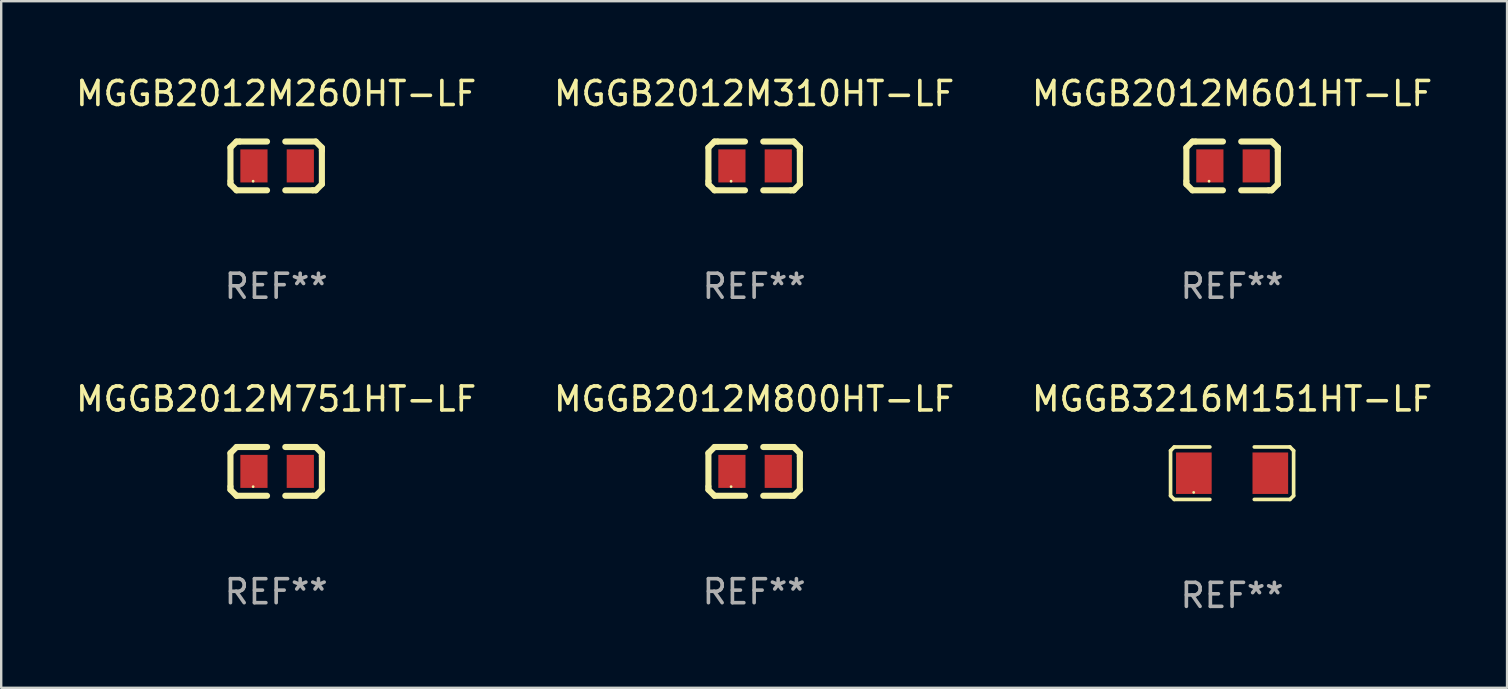
<source format=kicad_pcb>
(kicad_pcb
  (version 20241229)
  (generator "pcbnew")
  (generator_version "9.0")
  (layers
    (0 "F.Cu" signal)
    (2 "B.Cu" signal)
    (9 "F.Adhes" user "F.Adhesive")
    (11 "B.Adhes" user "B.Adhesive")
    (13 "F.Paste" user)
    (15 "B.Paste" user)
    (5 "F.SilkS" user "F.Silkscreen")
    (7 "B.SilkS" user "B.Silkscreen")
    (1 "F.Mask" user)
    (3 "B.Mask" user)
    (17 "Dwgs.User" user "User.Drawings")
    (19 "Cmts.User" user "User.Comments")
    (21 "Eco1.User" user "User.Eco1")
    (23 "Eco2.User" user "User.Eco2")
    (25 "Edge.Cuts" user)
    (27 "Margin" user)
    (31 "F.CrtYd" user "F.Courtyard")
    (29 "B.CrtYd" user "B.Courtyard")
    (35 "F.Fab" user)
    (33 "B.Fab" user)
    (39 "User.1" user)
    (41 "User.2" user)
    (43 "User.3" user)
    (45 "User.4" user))
  (footprint "MGGB2012M260HT-LF"
    (layer "F.Cu")
    (at 8.458 3.864)
    (property "Reference" "MGGB2012M260HT-LF" (at 0 -3.016 0) (layer "F.SilkS") (effects (font (size 1 1) (thickness 0.15))))
    (attr through_hole)
    (fp_line (start -1.905 -0.762) (end -1.905 0.635) (stroke (width 0.254) (type solid)) (layer "F.SilkS"))
    (fp_line (start -1.905 0.635) (end -1.905 0.762) (stroke (width 0.254) (type solid)) (layer "F.SilkS"))
    (fp_line (start -1.905 0.762) (end -1.651 1.016) (stroke (width 0.254) (type solid)) (layer "F.SilkS"))
    (fp_line (start -1.651 -1.016) (end -1.905 -0.762) (stroke (width 0.254) (type solid)) (layer "F.SilkS"))
    (fp_line (start -1.651 1.016) (end -0.381 1.016) (stroke (width 0.254) (type solid)) (layer "F.SilkS"))
    (fp_line (start -1.524 -1.016) (end -1.651 -1.016) (stroke (width 0.254) (type solid)) (layer "F.SilkS"))
    (fp_line (start -0.381 -1.016) (end -1.524 -1.016) (stroke (width 0.254) (type solid)) (layer "F.SilkS"))
    (fp_line (start 0.381 1.016) (end 1.524 1.016) (stroke (width 0.254) (type solid)) (layer "F.SilkS"))
    (fp_line (start 1.524 1.016) (end 1.651 1.016) (stroke (width 0.254) (type solid)) (layer "F.SilkS"))
    (fp_line (start 1.651 -1.016) (end 0.381 -1.016) (stroke (width 0.254) (type solid)) (layer "F.SilkS"))
    (fp_line (start 1.651 1.016) (end 1.905 0.762) (stroke (width 0.254) (type solid)) (layer "F.SilkS"))
    (fp_line (start 1.905 -0.762) (end 1.651 -1.016) (stroke (width 0.254) (type solid)) (layer "F.SilkS"))
    (fp_line (start 1.905 -0.635) (end 1.905 -0.762) (stroke (width 0.254) (type solid)) (layer "F.SilkS"))
    (fp_line (start 1.905 0.762) (end 1.905 -0.635) (stroke (width 0.254) (type solid)) (layer "F.SilkS"))
    (fp_circle (center -0.96 0.637) (end -0.93 0.637) (stroke (width 0.06) (type solid)) (fill no) (layer "F.SilkS"))
    (fp_text user "REF**" (at 0 5.016 0) (layer "F.Fab") (effects (font (size 1 1) (thickness 0.15))))
    (pad "1" smd rect (at -0.926 -0.000051) (size 1.133 1.377) (layers "F.Cu" "F.Mask" "F.Paste"))
    (pad "2" smd rect (at 1.006 -0.000051) (size 1.133 1.377) (layers "F.Cu" "F.Mask" "F.Paste")))
  (footprint "MGGB2012M601HT-LF"
    (layer "F.Cu")
    (at 48.292 3.864)
    (property "Reference" "MGGB2012M601HT-LF" (at 0 -3.016 0) (layer "F.SilkS") (effects (font (size 1 1) (thickness 0.15))))
    (attr through_hole)
    (fp_line (start -1.905 -0.762) (end -1.905 0.635) (stroke (width 0.254) (type solid)) (layer "F.SilkS"))
    (fp_line (start -1.905 0.635) (end -1.905 0.762) (stroke (width 0.254) (type solid)) (layer "F.SilkS"))
    (fp_line (start -1.905 0.762) (end -1.651 1.016) (stroke (width 0.254) (type solid)) (layer "F.SilkS"))
    (fp_line (start -1.651 -1.016) (end -1.905 -0.762) (stroke (width 0.254) (type solid)) (layer "F.SilkS"))
    (fp_line (start -1.651 1.016) (end -0.381 1.016) (stroke (width 0.254) (type solid)) (layer "F.SilkS"))
    (fp_line (start -1.524 -1.016) (end -1.651 -1.016) (stroke (width 0.254) (type solid)) (layer "F.SilkS"))
    (fp_line (start -0.381 -1.016) (end -1.524 -1.016) (stroke (width 0.254) (type solid)) (layer "F.SilkS"))
    (fp_line (start 0.381 1.016) (end 1.524 1.016) (stroke (width 0.254) (type solid)) (layer "F.SilkS"))
    (fp_line (start 1.524 1.016) (end 1.651 1.016) (stroke (width 0.254) (type solid)) (layer "F.SilkS"))
    (fp_line (start 1.651 -1.016) (end 0.381 -1.016) (stroke (width 0.254) (type solid)) (layer "F.SilkS"))
    (fp_line (start 1.651 1.016) (end 1.905 0.762) (stroke (width 0.254) (type solid)) (layer "F.SilkS"))
    (fp_line (start 1.905 -0.762) (end 1.651 -1.016) (stroke (width 0.254) (type solid)) (layer "F.SilkS"))
    (fp_line (start 1.905 -0.635) (end 1.905 -0.762) (stroke (width 0.254) (type solid)) (layer "F.SilkS"))
    (fp_line (start 1.905 0.762) (end 1.905 -0.635) (stroke (width 0.254) (type solid)) (layer "F.SilkS"))
    (fp_circle (center -0.96 0.637) (end -0.93 0.637) (stroke (width 0.06) (type solid)) (fill no) (layer "F.SilkS"))
    (fp_text user "REF**" (at 0 5.016 0) (layer "F.Fab") (effects (font (size 1 1) (thickness 0.15))))
    (pad "1" smd rect (at -0.926 -0.000051) (size 1.133 1.377) (layers "F.Cu" "F.Mask" "F.Paste"))
    (pad "2" smd rect (at 1.006 -0.000051) (size 1.133 1.377) (layers "F.Cu" "F.Mask" "F.Paste")))
  (footprint "MGGB2012M800HT-LF"
    (layer "F.Cu")
    (at 28.375 16.593)
    (property "Reference" "MGGB2012M800HT-LF" (at 0 -3.016 0) (layer "F.SilkS") (effects (font (size 1 1) (thickness 0.15))))
    (attr through_hole)
    (fp_line (start -1.905 -0.762) (end -1.905 0.635) (stroke (width 0.254) (type solid)) (layer "F.SilkS"))
    (fp_line (start -1.905 0.635) (end -1.905 0.762) (stroke (width 0.254) (type solid)) (layer "F.SilkS"))
    (fp_line (start -1.905 0.762) (end -1.651 1.016) (stroke (width 0.254) (type solid)) (layer "F.SilkS"))
    (fp_line (start -1.651 -1.016) (end -1.905 -0.762) (stroke (width 0.254) (type solid)) (layer "F.SilkS"))
    (fp_line (start -1.651 1.016) (end -0.381 1.016) (stroke (width 0.254) (type solid)) (layer "F.SilkS"))
    (fp_line (start -1.524 -1.016) (end -1.651 -1.016) (stroke (width 0.254) (type solid)) (layer "F.SilkS"))
    (fp_line (start -0.381 -1.016) (end -1.524 -1.016) (stroke (width 0.254) (type solid)) (layer "F.SilkS"))
    (fp_line (start 0.381 1.016) (end 1.524 1.016) (stroke (width 0.254) (type solid)) (layer "F.SilkS"))
    (fp_line (start 1.524 1.016) (end 1.651 1.016) (stroke (width 0.254) (type solid)) (layer "F.SilkS"))
    (fp_line (start 1.651 -1.016) (end 0.381 -1.016) (stroke (width 0.254) (type solid)) (layer "F.SilkS"))
    (fp_line (start 1.651 1.016) (end 1.905 0.762) (stroke (width 0.254) (type solid)) (layer "F.SilkS"))
    (fp_line (start 1.905 -0.762) (end 1.651 -1.016) (stroke (width 0.254) (type solid)) (layer "F.SilkS"))
    (fp_line (start 1.905 -0.635) (end 1.905 -0.762) (stroke (width 0.254) (type solid)) (layer "F.SilkS"))
    (fp_line (start 1.905 0.762) (end 1.905 -0.635) (stroke (width 0.254) (type solid)) (layer "F.SilkS"))
    (fp_circle (center -0.96 0.637) (end -0.93 0.637) (stroke (width 0.06) (type solid)) (fill no) (layer "F.SilkS"))
    (fp_text user "REF**" (at 0 5.016 0) (layer "F.Fab") (effects (font (size 1 1) (thickness 0.15))))
    (pad "1" smd rect (at -0.926 -0.000051) (size 1.133 1.377) (layers "F.Cu" "F.Mask" "F.Paste"))
    (pad "2" smd rect (at 1.006 -0.000051) (size 1.133 1.377) (layers "F.Cu" "F.Mask" "F.Paste")))
  (footprint "MGGB2012M310HT-LF"
    (layer "F.Cu")
    (at 28.375 3.864)
    (property "Reference" "MGGB2012M310HT-LF" (at 0 -3.016 0) (layer "F.SilkS") (effects (font (size 1 1) (thickness 0.15))))
    (attr through_hole)
    (fp_line (start -1.905 -0.762) (end -1.905 0.635) (stroke (width 0.254) (type solid)) (layer "F.SilkS"))
    (fp_line (start -1.905 0.635) (end -1.905 0.762) (stroke (width 0.254) (type solid)) (layer "F.SilkS"))
    (fp_line (start -1.905 0.762) (end -1.651 1.016) (stroke (width 0.254) (type solid)) (layer "F.SilkS"))
    (fp_line (start -1.651 -1.016) (end -1.905 -0.762) (stroke (width 0.254) (type solid)) (layer "F.SilkS"))
    (fp_line (start -1.651 1.016) (end -0.381 1.016) (stroke (width 0.254) (type solid)) (layer "F.SilkS"))
    (fp_line (start -1.524 -1.016) (end -1.651 -1.016) (stroke (width 0.254) (type solid)) (layer "F.SilkS"))
    (fp_line (start -0.381 -1.016) (end -1.524 -1.016) (stroke (width 0.254) (type solid)) (layer "F.SilkS"))
    (fp_line (start 0.381 1.016) (end 1.524 1.016) (stroke (width 0.254) (type solid)) (layer "F.SilkS"))
    (fp_line (start 1.524 1.016) (end 1.651 1.016) (stroke (width 0.254) (type solid)) (layer "F.SilkS"))
    (fp_line (start 1.651 -1.016) (end 0.381 -1.016) (stroke (width 0.254) (type solid)) (layer "F.SilkS"))
    (fp_line (start 1.651 1.016) (end 1.905 0.762) (stroke (width 0.254) (type solid)) (layer "F.SilkS"))
    (fp_line (start 1.905 -0.762) (end 1.651 -1.016) (stroke (width 0.254) (type solid)) (layer "F.SilkS"))
    (fp_line (start 1.905 -0.635) (end 1.905 -0.762) (stroke (width 0.254) (type solid)) (layer "F.SilkS"))
    (fp_line (start 1.905 0.762) (end 1.905 -0.635) (stroke (width 0.254) (type solid)) (layer "F.SilkS"))
    (fp_circle (center -0.96 0.637) (end -0.93 0.637) (stroke (width 0.06) (type solid)) (fill no) (layer "F.SilkS"))
    (fp_text user "REF**" (at 0 5.016 0) (layer "F.Fab") (effects (font (size 1 1) (thickness 0.15))))
    (pad "1" smd rect (at -0.926 -0.000051) (size 1.133 1.377) (layers "F.Cu" "F.Mask" "F.Paste"))
    (pad "2" smd rect (at 1.006 -0.000051) (size 1.133 1.377) (layers "F.Cu" "F.Mask" "F.Paste")))
  (footprint "MGGB3216M151HT-LF"
    (layer "F.Cu")
    (at 48.292 16.669)
    (property "Reference" "MGGB3216M151HT-LF" (at 0 -3.093 0) (layer "F.SilkS") (effects (font (size 1 1) (thickness 0.15))))
    (attr through_hole)
    (fp_line (start -2.564 -0.94) (end -2.411 -1.093) (stroke (width 0.152) (type solid)) (layer "F.SilkS"))
    (fp_line (start -2.564 0.94) (end -2.564 -0.94) (stroke (width 0.152) (type solid)) (layer "F.SilkS"))
    (fp_line (start -2.411 -1.093) (end -0.926 -1.093) (stroke (width 0.152) (type solid)) (layer "F.SilkS"))
    (fp_line (start -2.411 1.093) (end -2.564 0.94) (stroke (width 0.152) (type solid)) (layer "F.SilkS"))
    (fp_line (start -0.926 1.093) (end -2.411 1.093) (stroke (width 0.152) (type solid)) (layer "F.SilkS"))
    (fp_line (start 0.926 1.093) (end 2.411 1.093) (stroke (width 0.152) (type solid)) (layer "F.SilkS"))
    (fp_line (start 2.411 -1.093) (end 0.926 -1.093) (stroke (width 0.152) (type solid)) (layer "F.SilkS"))
    (fp_line (start 2.411 1.093) (end 2.564 0.94) (stroke (width 0.152) (type solid)) (layer "F.SilkS"))
    (fp_line (start 2.564 -0.94) (end 2.411 -1.093) (stroke (width 0.152) (type solid)) (layer "F.SilkS"))
    (fp_line (start 2.564 0.94) (end 2.564 -0.94) (stroke (width 0.152) (type solid)) (layer "F.SilkS"))
    (fp_circle (center -1.6 0.8) (end -1.57 0.8) (stroke (width 0.06) (type solid)) (fill no) (layer "F.SilkS"))
    (fp_text user "REF**" (at 0 5.093 0) (layer "F.Fab") (effects (font (size 1 1) (thickness 0.15))))
    (pad "1" smd rect (at -1.593 0) (size 1.485 1.728) (layers "F.Cu" "F.Mask" "F.Paste"))
    (pad "2" smd rect (at 1.593 0) (size 1.485 1.728) (layers "F.Cu" "F.Mask" "F.Paste")))
  (footprint "MGGB2012M751HT-LF"
    (layer "F.Cu")
    (at 8.458 16.593)
    (property "Reference" "MGGB2012M751HT-LF" (at 0 -3.016 0) (layer "F.SilkS") (effects (font (size 1 1) (thickness 0.15))))
    (attr through_hole)
    (fp_line (start -1.905 -0.762) (end -1.905 0.635) (stroke (width 0.254) (type solid)) (layer "F.SilkS"))
    (fp_line (start -1.905 0.635) (end -1.905 0.762) (stroke (width 0.254) (type solid)) (layer "F.SilkS"))
    (fp_line (start -1.905 0.762) (end -1.651 1.016) (stroke (width 0.254) (type solid)) (layer "F.SilkS"))
    (fp_line (start -1.651 -1.016) (end -1.905 -0.762) (stroke (width 0.254) (type solid)) (layer "F.SilkS"))
    (fp_line (start -1.651 1.016) (end -0.381 1.016) (stroke (width 0.254) (type solid)) (layer "F.SilkS"))
    (fp_line (start -1.524 -1.016) (end -1.651 -1.016) (stroke (width 0.254) (type solid)) (layer "F.SilkS"))
    (fp_line (start -0.381 -1.016) (end -1.524 -1.016) (stroke (width 0.254) (type solid)) (layer "F.SilkS"))
    (fp_line (start 0.381 1.016) (end 1.524 1.016) (stroke (width 0.254) (type solid)) (layer "F.SilkS"))
    (fp_line (start 1.524 1.016) (end 1.651 1.016) (stroke (width 0.254) (type solid)) (layer "F.SilkS"))
    (fp_line (start 1.651 -1.016) (end 0.381 -1.016) (stroke (width 0.254) (type solid)) (layer "F.SilkS"))
    (fp_line (start 1.651 1.016) (end 1.905 0.762) (stroke (width 0.254) (type solid)) (layer "F.SilkS"))
    (fp_line (start 1.905 -0.762) (end 1.651 -1.016) (stroke (width 0.254) (type solid)) (layer "F.SilkS"))
    (fp_line (start 1.905 -0.635) (end 1.905 -0.762) (stroke (width 0.254) (type solid)) (layer "F.SilkS"))
    (fp_line (start 1.905 0.762) (end 1.905 -0.635) (stroke (width 0.254) (type solid)) (layer "F.SilkS"))
    (fp_circle (center -0.96 0.637) (end -0.93 0.637) (stroke (width 0.06) (type solid)) (fill no) (layer "F.SilkS"))
    (fp_text user "REF**" (at 0 5.016 0) (layer "F.Fab") (effects (font (size 1 1) (thickness 0.15))))
    (pad "1" smd rect (at -0.926 -0.000051) (size 1.133 1.377) (layers "F.Cu" "F.Mask" "F.Paste"))
    (pad "2" smd rect (at 1.006 -0.000051) (size 1.133 1.377) (layers "F.Cu" "F.Mask" "F.Paste")))
  (gr_rect
    (start -3 -3)
    (end 59.75 25.61)
    (stroke (width 0.1) (type default))
    (fill no)
    (layer "Edge.Cuts")))
</source>
